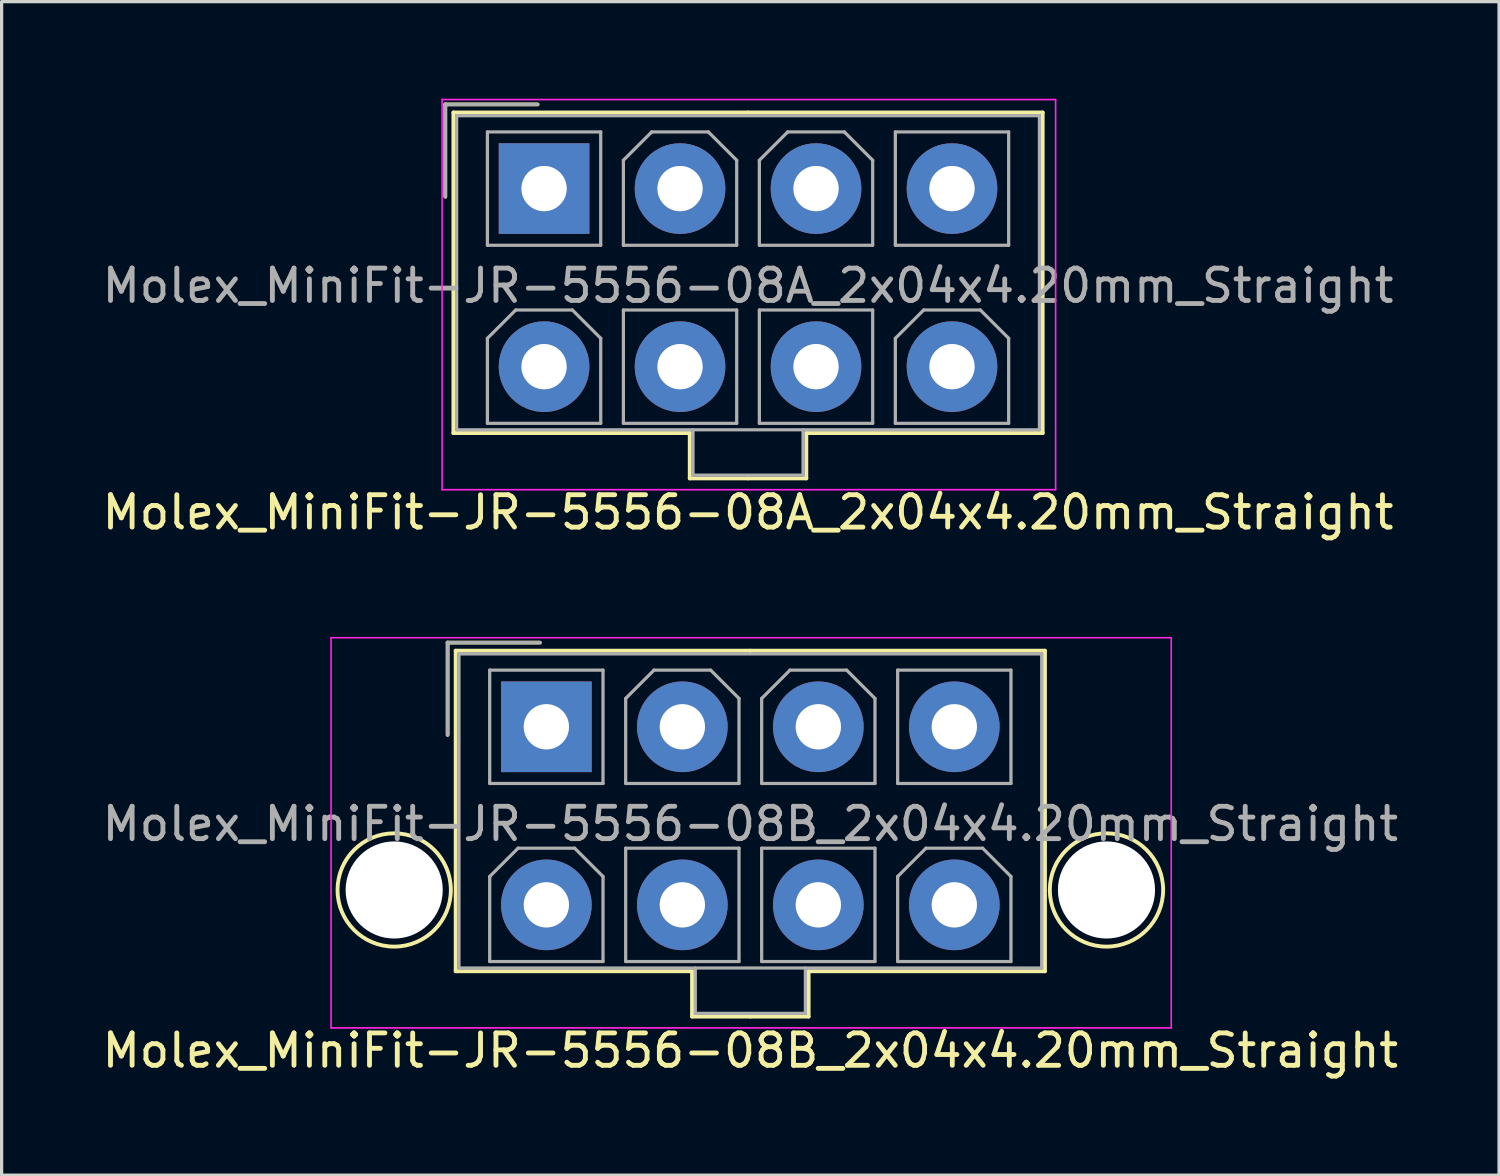
<source format=kicad_pcb>
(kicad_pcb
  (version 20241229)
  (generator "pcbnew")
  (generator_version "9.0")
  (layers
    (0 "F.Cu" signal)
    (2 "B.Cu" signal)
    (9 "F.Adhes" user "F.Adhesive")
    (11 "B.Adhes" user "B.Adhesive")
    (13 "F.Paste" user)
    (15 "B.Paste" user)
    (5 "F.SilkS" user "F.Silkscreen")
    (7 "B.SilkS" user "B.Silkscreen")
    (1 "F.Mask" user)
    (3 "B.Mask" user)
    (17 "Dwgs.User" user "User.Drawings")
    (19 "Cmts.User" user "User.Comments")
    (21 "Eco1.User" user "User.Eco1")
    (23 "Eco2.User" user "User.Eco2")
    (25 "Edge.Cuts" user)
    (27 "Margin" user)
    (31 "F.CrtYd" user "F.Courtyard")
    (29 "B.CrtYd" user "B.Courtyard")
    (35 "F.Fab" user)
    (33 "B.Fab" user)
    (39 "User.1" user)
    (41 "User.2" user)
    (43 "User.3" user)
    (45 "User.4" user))
  (footprint "Molex_MiniFit-JR-5556-08B_2x04x4.20mm_Straight"
    (layer "F.Cu")
    (at 13.825 19.398)
    (property "Reference" "Molex_MiniFit-JR-5556-08B_2x04x4.20mm_Straight" (at 6.3 10 0) (layer "F.SilkS") (effects (font (size 1 1) (thickness 0.15))))
    (attr through_hole)
    (fp_line (start -3.05 -2.6) (end -3.05 0.25) (stroke (width 0.12) (type solid)) (layer "F.SilkS"))
    (fp_line (start -2.8 -2.35) (end -2.8 7.55) (stroke (width 0.12) (type solid)) (layer "F.SilkS"))
    (fp_line (start -2.8 7.55) (end 4.5 7.55) (stroke (width 0.12) (type solid)) (layer "F.SilkS"))
    (fp_line (start -0.2 -2.6) (end -3.05 -2.6) (stroke (width 0.12) (type solid)) (layer "F.SilkS"))
    (fp_line (start 4.5 7.55) (end 4.5 8.95) (stroke (width 0.12) (type solid)) (layer "F.SilkS"))
    (fp_line (start 4.5 8.95) (end 6.3 8.95) (stroke (width 0.12) (type solid)) (layer "F.SilkS"))
    (fp_line (start 6.3 -2.35) (end -2.8 -2.35) (stroke (width 0.12) (type solid)) (layer "F.SilkS"))
    (fp_line (start 6.3 -2.35) (end 15.4 -2.35) (stroke (width 0.12) (type solid)) (layer "F.SilkS"))
    (fp_line (start 8.1 7.55) (end 8.1 8.95) (stroke (width 0.12) (type solid)) (layer "F.SilkS"))
    (fp_line (start 8.1 8.95) (end 6.3 8.95) (stroke (width 0.12) (type solid)) (layer "F.SilkS"))
    (fp_line (start 15.4 -2.35) (end 15.4 7.55) (stroke (width 0.12) (type solid)) (layer "F.SilkS"))
    (fp_line (start 15.4 7.55) (end 8.1 7.55) (stroke (width 0.12) (type solid)) (layer "F.SilkS"))
    (fp_circle (center -4.7 5.04) (end -2.95 5.04) (stroke (width 0.12) (type solid)) (fill no) (layer "F.SilkS"))
    (fp_circle (center 17.3 5.04) (end 19.05 5.04) (stroke (width 0.12) (type solid)) (fill no) (layer "F.SilkS"))
    (fp_line (start -6.65 -2.75) (end -6.65 9.3) (stroke (width 0.05) (type solid)) (layer "F.CrtYd"))
    (fp_line (start -6.65 9.3) (end 19.3 9.3) (stroke (width 0.05) (type solid)) (layer "F.CrtYd"))
    (fp_line (start 19.3 -2.75) (end -6.65 -2.75) (stroke (width 0.05) (type solid)) (layer "F.CrtYd"))
    (fp_line (start 19.3 9.3) (end 19.3 -2.75) (stroke (width 0.05) (type solid)) (layer "F.CrtYd"))
    (fp_line (start -3.05 -2.6) (end -3.05 0.25) (stroke (width 0.1) (type solid)) (layer "F.Fab"))
    (fp_line (start -2.7 -2.25) (end -2.7 7.45) (stroke (width 0.1) (type solid)) (layer "F.Fab"))
    (fp_line (start -2.7 7.45) (end 15.3 7.45) (stroke (width 0.1) (type solid)) (layer "F.Fab"))
    (fp_line (start -1.75 -1.75) (end -1.75 1.75) (stroke (width 0.1) (type solid)) (layer "F.Fab"))
    (fp_line (start -1.75 1.75) (end 1.75 1.75) (stroke (width 0.1) (type solid)) (layer "F.Fab"))
    (fp_line (start -1.75 4.625) (end -0.875 3.75) (stroke (width 0.1) (type solid)) (layer "F.Fab"))
    (fp_line (start -1.75 7.25) (end -1.75 4.625) (stroke (width 0.1) (type solid)) (layer "F.Fab"))
    (fp_line (start -0.875 3.75) (end 0.875 3.75) (stroke (width 0.1) (type solid)) (layer "F.Fab"))
    (fp_line (start -0.2 -2.6) (end -3.05 -2.6) (stroke (width 0.1) (type solid)) (layer "F.Fab"))
    (fp_line (start 0.875 3.75) (end 1.75 4.625) (stroke (width 0.1) (type solid)) (layer "F.Fab"))
    (fp_line (start 1.75 -1.75) (end -1.75 -1.75) (stroke (width 0.1) (type solid)) (layer "F.Fab"))
    (fp_line (start 1.75 1.75) (end 1.75 -1.75) (stroke (width 0.1) (type solid)) (layer "F.Fab"))
    (fp_line (start 1.75 4.625) (end 1.75 7.25) (stroke (width 0.1) (type solid)) (layer "F.Fab"))
    (fp_line (start 1.75 7.25) (end -1.75 7.25) (stroke (width 0.1) (type solid)) (layer "F.Fab"))
    (fp_line (start 2.45 -0.875) (end 3.325 -1.75) (stroke (width 0.1) (type solid)) (layer "F.Fab"))
    (fp_line (start 2.45 1.75) (end 2.45 -0.875) (stroke (width 0.1) (type solid)) (layer "F.Fab"))
    (fp_line (start 2.45 3.75) (end 2.45 7.25) (stroke (width 0.1) (type solid)) (layer "F.Fab"))
    (fp_line (start 2.45 7.25) (end 5.95 7.25) (stroke (width 0.1) (type solid)) (layer "F.Fab"))
    (fp_line (start 3.325 -1.75) (end 5.075 -1.75) (stroke (width 0.1) (type solid)) (layer "F.Fab"))
    (fp_line (start 4.6 7.45) (end 4.6 8.85) (stroke (width 0.1) (type solid)) (layer "F.Fab"))
    (fp_line (start 4.6 8.85) (end 8 8.85) (stroke (width 0.1) (type solid)) (layer "F.Fab"))
    (fp_line (start 5.075 -1.75) (end 5.95 -0.875) (stroke (width 0.1) (type solid)) (layer "F.Fab"))
    (fp_line (start 5.95 -0.875) (end 5.95 1.75) (stroke (width 0.1) (type solid)) (layer "F.Fab"))
    (fp_line (start 5.95 1.75) (end 2.45 1.75) (stroke (width 0.1) (type solid)) (layer "F.Fab"))
    (fp_line (start 5.95 3.75) (end 2.45 3.75) (stroke (width 0.1) (type solid)) (layer "F.Fab"))
    (fp_line (start 5.95 7.25) (end 5.95 3.75) (stroke (width 0.1) (type solid)) (layer "F.Fab"))
    (fp_line (start 6.65 -0.875) (end 7.525 -1.75) (stroke (width 0.1) (type solid)) (layer "F.Fab"))
    (fp_line (start 6.65 1.75) (end 6.65 -0.875) (stroke (width 0.1) (type solid)) (layer "F.Fab"))
    (fp_line (start 6.65 3.75) (end 6.65 7.25) (stroke (width 0.1) (type solid)) (layer "F.Fab"))
    (fp_line (start 6.65 7.25) (end 10.15 7.25) (stroke (width 0.1) (type solid)) (layer "F.Fab"))
    (fp_line (start 7.525 -1.75) (end 9.275 -1.75) (stroke (width 0.1) (type solid)) (layer "F.Fab"))
    (fp_line (start 8 8.85) (end 8 7.45) (stroke (width 0.1) (type solid)) (layer "F.Fab"))
    (fp_line (start 9.275 -1.75) (end 10.15 -0.875) (stroke (width 0.1) (type solid)) (layer "F.Fab"))
    (fp_line (start 10.15 -0.875) (end 10.15 1.75) (stroke (width 0.1) (type solid)) (layer "F.Fab"))
    (fp_line (start 10.15 1.75) (end 6.65 1.75) (stroke (width 0.1) (type solid)) (layer "F.Fab"))
    (fp_line (start 10.15 3.75) (end 6.65 3.75) (stroke (width 0.1) (type solid)) (layer "F.Fab"))
    (fp_line (start 10.15 7.25) (end 10.15 3.75) (stroke (width 0.1) (type solid)) (layer "F.Fab"))
    (fp_line (start 10.85 -1.75) (end 10.85 1.75) (stroke (width 0.1) (type solid)) (layer "F.Fab"))
    (fp_line (start 10.85 1.75) (end 14.35 1.75) (stroke (width 0.1) (type solid)) (layer "F.Fab"))
    (fp_line (start 10.85 4.625) (end 11.725 3.75) (stroke (width 0.1) (type solid)) (layer "F.Fab"))
    (fp_line (start 10.85 7.25) (end 10.85 4.625) (stroke (width 0.1) (type solid)) (layer "F.Fab"))
    (fp_line (start 11.725 3.75) (end 13.475 3.75) (stroke (width 0.1) (type solid)) (layer "F.Fab"))
    (fp_line (start 13.475 3.75) (end 14.35 4.625) (stroke (width 0.1) (type solid)) (layer "F.Fab"))
    (fp_line (start 14.35 -1.75) (end 10.85 -1.75) (stroke (width 0.1) (type solid)) (layer "F.Fab"))
    (fp_line (start 14.35 1.75) (end 14.35 -1.75) (stroke (width 0.1) (type solid)) (layer "F.Fab"))
    (fp_line (start 14.35 4.625) (end 14.35 7.25) (stroke (width 0.1) (type solid)) (layer "F.Fab"))
    (fp_line (start 14.35 7.25) (end 10.85 7.25) (stroke (width 0.1) (type solid)) (layer "F.Fab"))
    (fp_line (start 15.3 -2.25) (end -2.7 -2.25) (stroke (width 0.1) (type solid)) (layer "F.Fab"))
    (fp_line (start 15.3 7.45) (end 15.3 -2.25) (stroke (width 0.1) (type solid)) (layer "F.Fab"))
    (fp_text user "${REFERENCE}" (at 6.3 3 0) (layer "F.Fab") (effects (font (size 1 1) (thickness 0.15))))
    (pad "" np_thru_hole circle (at -4.7 5.04) (size 3 3) (drill 3) (layers "*.Cu" "*.Mask"))
    (pad "" np_thru_hole circle (at 17.3 5.04) (size 3 3) (drill 3) (layers "*.Cu" "*.Mask"))
    (pad "1" thru_hole rect (at 0 0) (size 2.8 2.8) (drill 1.4) (layers "*.Cu" "*.Mask"))
    (pad "2" thru_hole circle (at 4.2 0) (size 2.8 2.8) (drill 1.4) (layers "*.Cu" "*.Mask"))
    (pad "3" thru_hole circle (at 8.4 0) (size 2.8 2.8) (drill 1.4) (layers "*.Cu" "*.Mask"))
    (pad "4" thru_hole circle (at 12.6 0) (size 2.8 2.8) (drill 1.4) (layers "*.Cu" "*.Mask"))
    (pad "5" thru_hole circle (at 0 5.5) (size 2.8 2.8) (drill 1.4) (layers "*.Cu" "*.Mask"))
    (pad "6" thru_hole circle (at 4.2 5.5) (size 2.8 2.8) (drill 1.4) (layers "*.Cu" "*.Mask"))
    (pad "7" thru_hole circle (at 8.4 5.5) (size 2.8 2.8) (drill 1.4) (layers "*.Cu" "*.Mask"))
    (pad "8" thru_hole circle (at 12.6 5.5) (size 2.8 2.8) (drill 1.4) (layers "*.Cu" "*.Mask")))
  (footprint "Molex_MiniFit-JR-5556-08A_2x04x4.20mm_Straight"
    (layer "F.Cu")
    (at 13.754 2.775)
    (property "Reference" "Molex_MiniFit-JR-5556-08A_2x04x4.20mm_Straight" (at 6.3 10 0) (layer "F.SilkS") (effects (font (size 1 1) (thickness 0.15))))
    (attr through_hole)
    (fp_line (start -3.05 -2.6) (end -3.05 0.25) (stroke (width 0.12) (type solid)) (layer "F.SilkS"))
    (fp_line (start -2.8 -2.35) (end -2.8 7.55) (stroke (width 0.12) (type solid)) (layer "F.SilkS"))
    (fp_line (start -2.8 7.55) (end 4.5 7.55) (stroke (width 0.12) (type solid)) (layer "F.SilkS"))
    (fp_line (start -0.2 -2.6) (end -3.05 -2.6) (stroke (width 0.12) (type solid)) (layer "F.SilkS"))
    (fp_line (start 4.5 7.55) (end 4.5 8.95) (stroke (width 0.12) (type solid)) (layer "F.SilkS"))
    (fp_line (start 4.5 8.95) (end 6.3 8.95) (stroke (width 0.12) (type solid)) (layer "F.SilkS"))
    (fp_line (start 6.3 -2.35) (end -2.8 -2.35) (stroke (width 0.12) (type solid)) (layer "F.SilkS"))
    (fp_line (start 6.3 -2.35) (end 15.4 -2.35) (stroke (width 0.12) (type solid)) (layer "F.SilkS"))
    (fp_line (start 8.1 7.55) (end 8.1 8.95) (stroke (width 0.12) (type solid)) (layer "F.SilkS"))
    (fp_line (start 8.1 8.95) (end 6.3 8.95) (stroke (width 0.12) (type solid)) (layer "F.SilkS"))
    (fp_line (start 15.4 -2.35) (end 15.4 7.55) (stroke (width 0.12) (type solid)) (layer "F.SilkS"))
    (fp_line (start 15.4 7.55) (end 8.1 7.55) (stroke (width 0.12) (type solid)) (layer "F.SilkS"))
    (fp_line (start -3.15 -2.75) (end -3.15 9.3) (stroke (width 0.05) (type solid)) (layer "F.CrtYd"))
    (fp_line (start -3.15 9.3) (end 15.8 9.3) (stroke (width 0.05) (type solid)) (layer "F.CrtYd"))
    (fp_line (start 15.8 -2.75) (end -3.15 -2.75) (stroke (width 0.05) (type solid)) (layer "F.CrtYd"))
    (fp_line (start 15.8 9.3) (end 15.8 -2.75) (stroke (width 0.05) (type solid)) (layer "F.CrtYd"))
    (fp_line (start -3.05 -2.6) (end -3.05 0.25) (stroke (width 0.1) (type solid)) (layer "F.Fab"))
    (fp_line (start -2.7 -2.25) (end -2.7 7.45) (stroke (width 0.1) (type solid)) (layer "F.Fab"))
    (fp_line (start -2.7 7.45) (end 15.3 7.45) (stroke (width 0.1) (type solid)) (layer "F.Fab"))
    (fp_line (start -1.75 -1.75) (end -1.75 1.75) (stroke (width 0.1) (type solid)) (layer "F.Fab"))
    (fp_line (start -1.75 1.75) (end 1.75 1.75) (stroke (width 0.1) (type solid)) (layer "F.Fab"))
    (fp_line (start -1.75 4.625) (end -0.875 3.75) (stroke (width 0.1) (type solid)) (layer "F.Fab"))
    (fp_line (start -1.75 7.25) (end -1.75 4.625) (stroke (width 0.1) (type solid)) (layer "F.Fab"))
    (fp_line (start -0.875 3.75) (end 0.875 3.75) (stroke (width 0.1) (type solid)) (layer "F.Fab"))
    (fp_line (start -0.2 -2.6) (end -3.05 -2.6) (stroke (width 0.1) (type solid)) (layer "F.Fab"))
    (fp_line (start 0.875 3.75) (end 1.75 4.625) (stroke (width 0.1) (type solid)) (layer "F.Fab"))
    (fp_line (start 1.75 -1.75) (end -1.75 -1.75) (stroke (width 0.1) (type solid)) (layer "F.Fab"))
    (fp_line (start 1.75 1.75) (end 1.75 -1.75) (stroke (width 0.1) (type solid)) (layer "F.Fab"))
    (fp_line (start 1.75 4.625) (end 1.75 7.25) (stroke (width 0.1) (type solid)) (layer "F.Fab"))
    (fp_line (start 1.75 7.25) (end -1.75 7.25) (stroke (width 0.1) (type solid)) (layer "F.Fab"))
    (fp_line (start 2.45 -0.875) (end 3.325 -1.75) (stroke (width 0.1) (type solid)) (layer "F.Fab"))
    (fp_line (start 2.45 1.75) (end 2.45 -0.875) (stroke (width 0.1) (type solid)) (layer "F.Fab"))
    (fp_line (start 2.45 3.75) (end 2.45 7.25) (stroke (width 0.1) (type solid)) (layer "F.Fab"))
    (fp_line (start 2.45 7.25) (end 5.95 7.25) (stroke (width 0.1) (type solid)) (layer "F.Fab"))
    (fp_line (start 3.325 -1.75) (end 5.075 -1.75) (stroke (width 0.1) (type solid)) (layer "F.Fab"))
    (fp_line (start 4.6 7.45) (end 4.6 8.85) (stroke (width 0.1) (type solid)) (layer "F.Fab"))
    (fp_line (start 4.6 8.85) (end 8 8.85) (stroke (width 0.1) (type solid)) (layer "F.Fab"))
    (fp_line (start 5.075 -1.75) (end 5.95 -0.875) (stroke (width 0.1) (type solid)) (layer "F.Fab"))
    (fp_line (start 5.95 -0.875) (end 5.95 1.75) (stroke (width 0.1) (type solid)) (layer "F.Fab"))
    (fp_line (start 5.95 1.75) (end 2.45 1.75) (stroke (width 0.1) (type solid)) (layer "F.Fab"))
    (fp_line (start 5.95 3.75) (end 2.45 3.75) (stroke (width 0.1) (type solid)) (layer "F.Fab"))
    (fp_line (start 5.95 7.25) (end 5.95 3.75) (stroke (width 0.1) (type solid)) (layer "F.Fab"))
    (fp_line (start 6.65 -0.875) (end 7.525 -1.75) (stroke (width 0.1) (type solid)) (layer "F.Fab"))
    (fp_line (start 6.65 1.75) (end 6.65 -0.875) (stroke (width 0.1) (type solid)) (layer "F.Fab"))
    (fp_line (start 6.65 3.75) (end 6.65 7.25) (stroke (width 0.1) (type solid)) (layer "F.Fab"))
    (fp_line (start 6.65 7.25) (end 10.15 7.25) (stroke (width 0.1) (type solid)) (layer "F.Fab"))
    (fp_line (start 7.525 -1.75) (end 9.275 -1.75) (stroke (width 0.1) (type solid)) (layer "F.Fab"))
    (fp_line (start 8 8.85) (end 8 7.45) (stroke (width 0.1) (type solid)) (layer "F.Fab"))
    (fp_line (start 9.275 -1.75) (end 10.15 -0.875) (stroke (width 0.1) (type solid)) (layer "F.Fab"))
    (fp_line (start 10.15 -0.875) (end 10.15 1.75) (stroke (width 0.1) (type solid)) (layer "F.Fab"))
    (fp_line (start 10.15 1.75) (end 6.65 1.75) (stroke (width 0.1) (type solid)) (layer "F.Fab"))
    (fp_line (start 10.15 3.75) (end 6.65 3.75) (stroke (width 0.1) (type solid)) (layer "F.Fab"))
    (fp_line (start 10.15 7.25) (end 10.15 3.75) (stroke (width 0.1) (type solid)) (layer "F.Fab"))
    (fp_line (start 10.85 -1.75) (end 10.85 1.75) (stroke (width 0.1) (type solid)) (layer "F.Fab"))
    (fp_line (start 10.85 1.75) (end 14.35 1.75) (stroke (width 0.1) (type solid)) (layer "F.Fab"))
    (fp_line (start 10.85 4.625) (end 11.725 3.75) (stroke (width 0.1) (type solid)) (layer "F.Fab"))
    (fp_line (start 10.85 7.25) (end 10.85 4.625) (stroke (width 0.1) (type solid)) (layer "F.Fab"))
    (fp_line (start 11.725 3.75) (end 13.475 3.75) (stroke (width 0.1) (type solid)) (layer "F.Fab"))
    (fp_line (start 13.475 3.75) (end 14.35 4.625) (stroke (width 0.1) (type solid)) (layer "F.Fab"))
    (fp_line (start 14.35 -1.75) (end 10.85 -1.75) (stroke (width 0.1) (type solid)) (layer "F.Fab"))
    (fp_line (start 14.35 1.75) (end 14.35 -1.75) (stroke (width 0.1) (type solid)) (layer "F.Fab"))
    (fp_line (start 14.35 4.625) (end 14.35 7.25) (stroke (width 0.1) (type solid)) (layer "F.Fab"))
    (fp_line (start 14.35 7.25) (end 10.85 7.25) (stroke (width 0.1) (type solid)) (layer "F.Fab"))
    (fp_line (start 15.3 -2.25) (end -2.7 -2.25) (stroke (width 0.1) (type solid)) (layer "F.Fab"))
    (fp_line (start 15.3 7.45) (end 15.3 -2.25) (stroke (width 0.1) (type solid)) (layer "F.Fab"))
    (fp_text user "${REFERENCE}" (at 6.3 3 0) (layer "F.Fab") (effects (font (size 1 1) (thickness 0.15))))
    (pad "1" thru_hole rect (at 0 0) (size 2.8 2.8) (drill 1.4) (layers "*.Cu" "*.Mask"))
    (pad "2" thru_hole circle (at 4.2 0) (size 2.8 2.8) (drill 1.4) (layers "*.Cu" "*.Mask"))
    (pad "3" thru_hole circle (at 8.4 0) (size 2.8 2.8) (drill 1.4) (layers "*.Cu" "*.Mask"))
    (pad "4" thru_hole circle (at 12.6 0) (size 2.8 2.8) (drill 1.4) (layers "*.Cu" "*.Mask"))
    (pad "5" thru_hole circle (at 0 5.5) (size 2.8 2.8) (drill 1.4) (layers "*.Cu" "*.Mask"))
    (pad "6" thru_hole circle (at 4.2 5.5) (size 2.8 2.8) (drill 1.4) (layers "*.Cu" "*.Mask"))
    (pad "7" thru_hole circle (at 8.4 5.5) (size 2.8 2.8) (drill 1.4) (layers "*.Cu" "*.Mask"))
    (pad "8" thru_hole circle (at 12.6 5.5) (size 2.8 2.8) (drill 1.4) (layers "*.Cu" "*.Mask")))
  (gr_rect
    (start -3 -3)
    (end 43.25 33.246)
    (stroke (width 0.1) (type default))
    (fill no)
    (layer "Edge.Cuts")))
</source>
